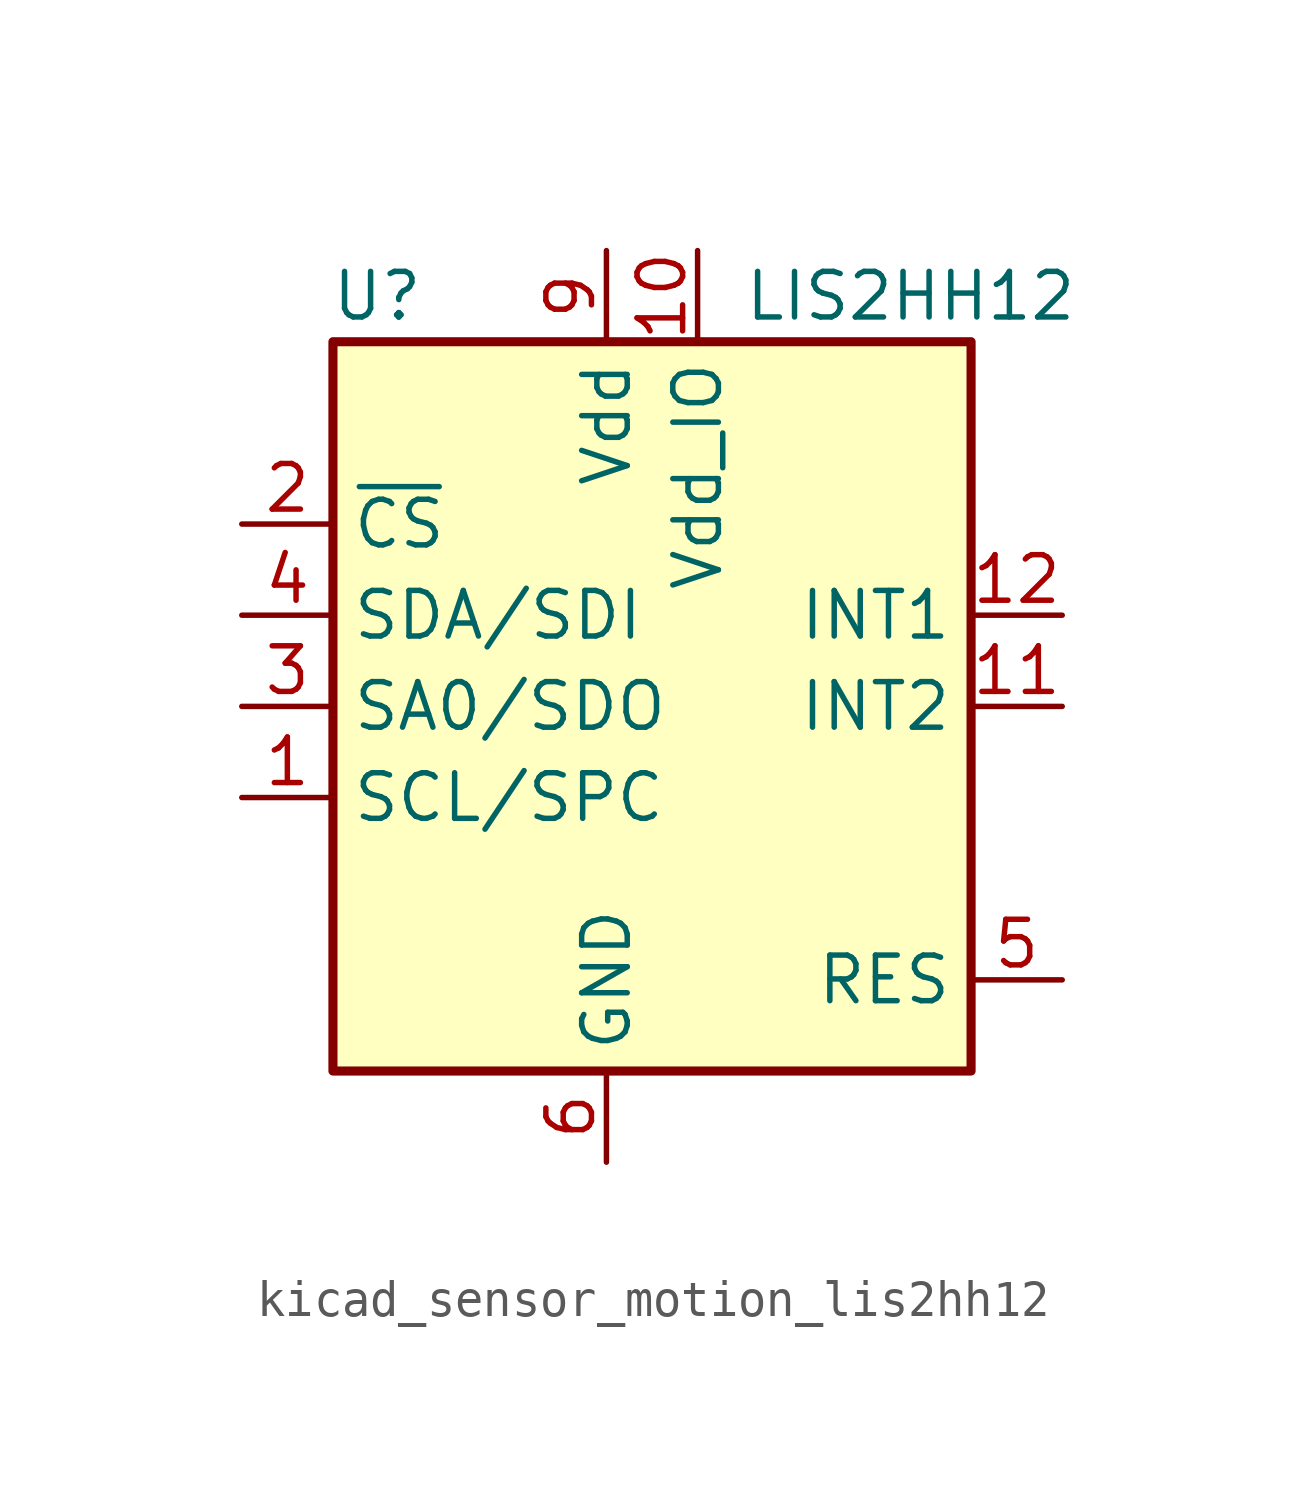
<source format=kicad_sym>
(kicad_symbol_lib
  (version 20220914)
  (generator kicad_symbol_editor)
  (symbol "kicad_sensor_motion_lis2hh12"
    (property "Reference" "U"
      (at -5.08 11.43 0)
      (effects (font (size 1.27 1.27)) (justify right)))
    (property "Value" "LIS2HH12"
      (at 3.81 11.43 0)
      (effects (font (size 1.27 1.27)) (justify left)))
    (symbol "kicad_sensor_motion_lis2hh12_0_1"
      (rectangle (start -7.62 10.16) (end 10.16 -10.16) (stroke (width 0.254) (type default)) (fill (type background))))
    (symbol "kicad_sensor_motion_lis2hh12_1_1"
      (pin input line (at -10.16 -2.54 0) (length 2.54) (name "SCL/SPC" (effects (font (size 1.27 1.27)))) (number "1" (effects (font (size 1.27 1.27)))))
      (pin power_in line (at 2.54 12.7 270) (length 2.54) (name "Vdd_IO" (effects (font (size 1.27 1.27)))) (number "10" (effects (font (size 1.27 1.27)))))
      (pin output line (at 12.7 0 180) (length 2.54) (name "INT2" (effects (font (size 1.27 1.27)))) (number "11" (effects (font (size 1.27 1.27)))))
      (pin output line (at 12.7 2.54 180) (length 2.54) (name "INT1" (effects (font (size 1.27 1.27)))) (number "12" (effects (font (size 1.27 1.27)))))
      (pin input line (at -10.16 5.08 0) (length 2.54) (name "~{CS}" (effects (font (size 1.27 1.27)))) (number "2" (effects (font (size 1.27 1.27)))))
      (pin bidirectional line (at -10.16 0 0) (length 2.54) (name "SA0/SDO" (effects (font (size 1.27 1.27)))) (number "3" (effects (font (size 1.27 1.27)))))
      (pin bidirectional line (at -10.16 2.54 0) (length 2.54) (name "SDA/SDI" (effects (font (size 1.27 1.27)))) (number "4" (effects (font (size 1.27 1.27)))))
      (pin passive line (at 12.7 -7.62 180) (length 2.54) (name "RES" (effects (font (size 1.27 1.27)))) (number "5" (effects (font (size 1.27 1.27)))))
      (pin power_in line (at 0 -12.7 90) (length 2.54) (name "GND" (effects (font (size 1.27 1.27)))) (number "6" (effects (font (size 1.27 1.27)))))
      (pin passive line (at 0 -12.7 90) (length 2.54) hide (name "GND" (effects (font (size 1.27 1.27)))) (number "7" (effects (font (size 1.27 1.27)))))
      (pin passive line (at 0 -12.7 90) (length 2.54) hide (name "GND" (effects (font (size 1.27 1.27)))) (number "8" (effects (font (size 1.27 1.27)))))
      (pin power_in line (at 0 12.7 270) (length 2.54) (name "Vdd" (effects (font (size 1.27 1.27)))) (number "9" (effects (font (size 1.27 1.27))))))))
</source>
